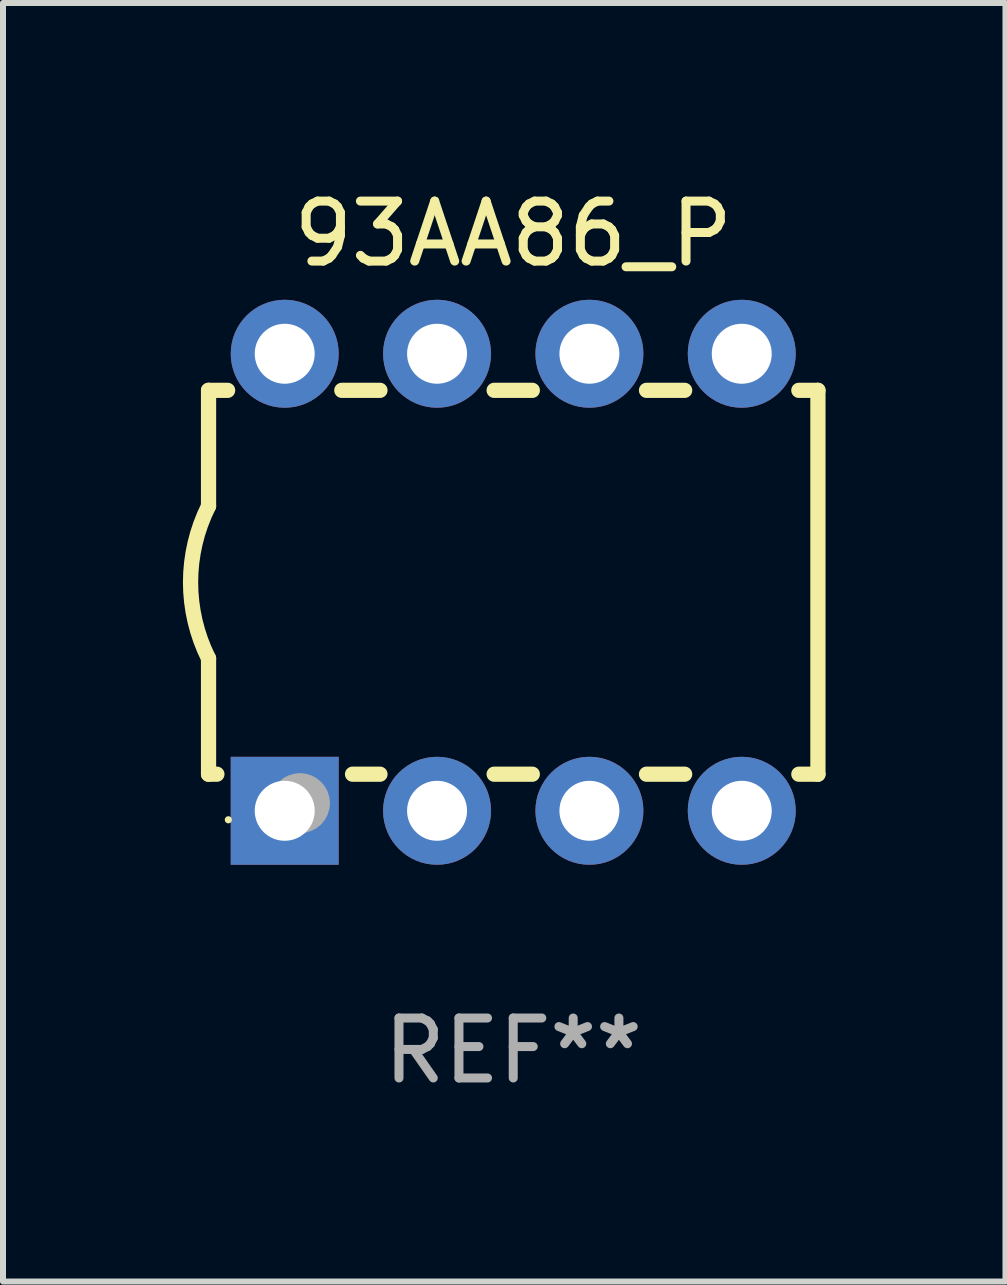
<source format=kicad_pcb>
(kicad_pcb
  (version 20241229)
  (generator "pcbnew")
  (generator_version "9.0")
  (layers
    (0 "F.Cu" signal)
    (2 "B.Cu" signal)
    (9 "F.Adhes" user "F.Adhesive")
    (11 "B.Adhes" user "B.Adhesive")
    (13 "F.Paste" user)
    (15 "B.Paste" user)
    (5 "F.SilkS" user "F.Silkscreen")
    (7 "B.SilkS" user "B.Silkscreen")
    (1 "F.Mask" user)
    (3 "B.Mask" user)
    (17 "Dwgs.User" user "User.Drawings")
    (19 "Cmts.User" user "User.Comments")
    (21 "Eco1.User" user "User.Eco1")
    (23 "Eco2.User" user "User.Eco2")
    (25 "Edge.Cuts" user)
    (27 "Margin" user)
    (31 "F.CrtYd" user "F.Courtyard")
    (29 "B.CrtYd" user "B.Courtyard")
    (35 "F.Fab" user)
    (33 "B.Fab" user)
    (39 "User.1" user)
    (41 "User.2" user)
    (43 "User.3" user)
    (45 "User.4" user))
  (footprint "93AA86_P"
    (layer "F.Cu")
    (at 5.507 6.658)
    (property "Reference" "93AA86_P" (at 0 -5.81 0) (layer "F.SilkS") (effects (font (size 1 1) (thickness 0.15))))
    (attr through_hole)
    (fp_line (start -5.08 -3.2) (end -4.762 -3.2) (stroke (width 0.254) (type solid)) (layer "F.SilkS"))
    (fp_line (start -5.08 -1.27) (end -5.08 -3.2) (stroke (width 0.254) (type solid)) (layer "F.SilkS"))
    (fp_line (start -5.08 3.2) (end -5.08 1.27) (stroke (width 0.254) (type solid)) (layer "F.SilkS"))
    (fp_line (start -5.08 3.2) (end -4.941 3.2) (stroke (width 0.254) (type solid)) (layer "F.SilkS"))
    (fp_line (start -2.858 -3.2) (end -2.222 -3.2) (stroke (width 0.254) (type solid)) (layer "F.SilkS"))
    (fp_line (start -2.679 3.2) (end -2.222 3.2) (stroke (width 0.254) (type solid)) (layer "F.SilkS"))
    (fp_line (start -0.318 -3.2) (end 0.318 -3.2) (stroke (width 0.254) (type solid)) (layer "F.SilkS"))
    (fp_line (start -0.318 3.2) (end 0.318 3.2) (stroke (width 0.254) (type solid)) (layer "F.SilkS"))
    (fp_line (start 2.222 -3.2) (end 2.858 -3.2) (stroke (width 0.254) (type solid)) (layer "F.SilkS"))
    (fp_line (start 2.222 3.2) (end 2.858 3.2) (stroke (width 0.254) (type solid)) (layer "F.SilkS"))
    (fp_line (start 4.762 -3.2) (end 5.08 -3.2) (stroke (width 0.254) (type solid)) (layer "F.SilkS"))
    (fp_line (start 4.762 3.2) (end 5.08 3.2) (stroke (width 0.254) (type solid)) (layer "F.SilkS"))
    (fp_line (start 5.08 3.2) (end 5.08 -3.2) (stroke (width 0.254) (type solid)) (layer "F.SilkS"))
    (fp_arc (start -5.080011 1.270002) (mid -5.379818 -0.000001) (end -5.08001 -1.270003) (stroke (width 0.254001) (type solid)) (layer "F.SilkS"))
    (fp_circle (center -4.75 3.96) (end -4.72 3.96) (stroke (width 0.06) (type solid)) (fill no) (layer "F.SilkS"))
    (fp_circle (center -3.556 3.683) (end -3.306 3.683) (stroke (width 0.5) (type solid)) (fill no) (layer "F.Fab"))
    (fp_text user "REF**" (at 0 7.81 0) (layer "F.Fab") (effects (font (size 1 1) (thickness 0.15))))
    (pad "1" thru_hole rect (at -3.81 3.81) (size 1.8 1.8) (drill 1) (layers "*.Cu" "*.Mask"))
    (pad "2" thru_hole circle (at -1.27 3.81) (size 1.8 1.8) (drill 1) (layers "*.Cu" "*.Mask"))
    (pad "3" thru_hole circle (at 1.27 3.81) (size 1.8 1.8) (drill 1) (layers "*.Cu" "*.Mask"))
    (pad "4" thru_hole circle (at 3.81 3.81) (size 1.8 1.8) (drill 1) (layers "*.Cu" "*.Mask"))
    (pad "5" thru_hole circle (at 3.81 -3.81) (size 1.8 1.8) (drill 1) (layers "*.Cu" "*.Mask"))
    (pad "6" thru_hole circle (at 1.27 -3.81) (size 1.8 1.8) (drill 1) (layers "*.Cu" "*.Mask"))
    (pad "7" thru_hole circle (at -1.27 -3.81) (size 1.8 1.8) (drill 1) (layers "*.Cu" "*.Mask"))
    (pad "8" thru_hole circle (at -3.81 -3.81) (size 1.8 1.8) (drill 1) (layers "*.Cu" "*.Mask")))
  (gr_rect
    (start -3 -3)
    (end 13.714 18.317)
    (stroke (width 0.1) (type default))
    (fill no)
    (layer "Edge.Cuts")))
</source>
